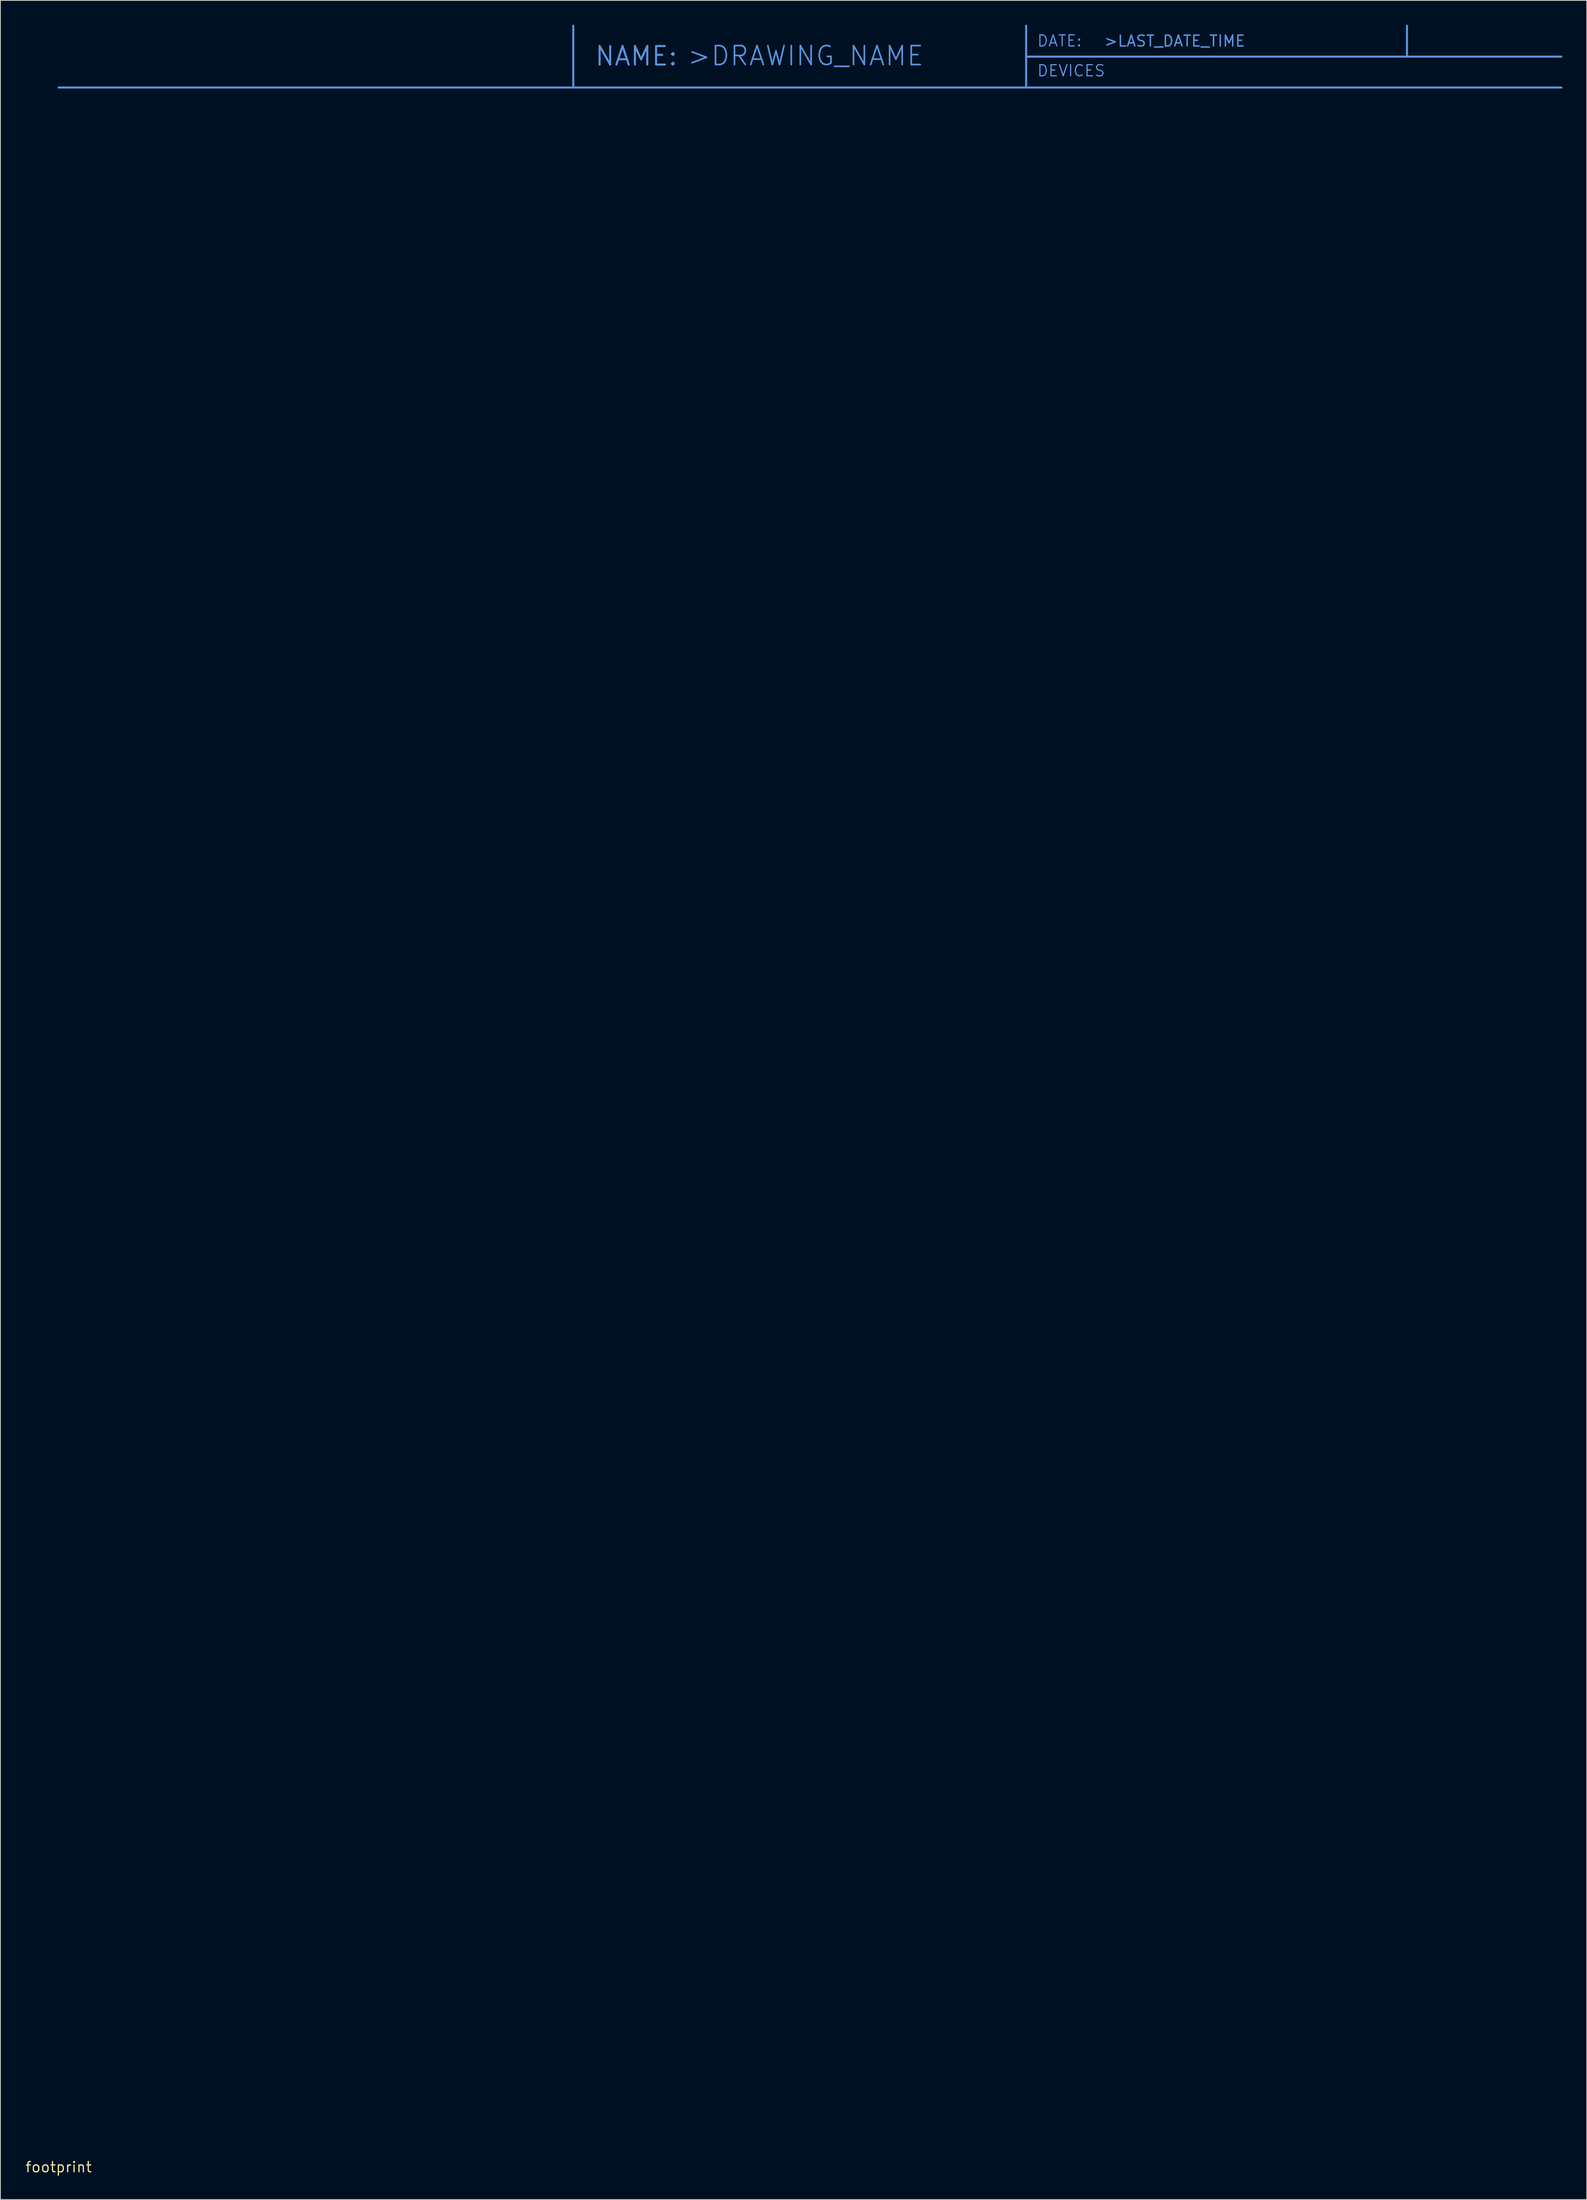
<source format=kicad_pcb>
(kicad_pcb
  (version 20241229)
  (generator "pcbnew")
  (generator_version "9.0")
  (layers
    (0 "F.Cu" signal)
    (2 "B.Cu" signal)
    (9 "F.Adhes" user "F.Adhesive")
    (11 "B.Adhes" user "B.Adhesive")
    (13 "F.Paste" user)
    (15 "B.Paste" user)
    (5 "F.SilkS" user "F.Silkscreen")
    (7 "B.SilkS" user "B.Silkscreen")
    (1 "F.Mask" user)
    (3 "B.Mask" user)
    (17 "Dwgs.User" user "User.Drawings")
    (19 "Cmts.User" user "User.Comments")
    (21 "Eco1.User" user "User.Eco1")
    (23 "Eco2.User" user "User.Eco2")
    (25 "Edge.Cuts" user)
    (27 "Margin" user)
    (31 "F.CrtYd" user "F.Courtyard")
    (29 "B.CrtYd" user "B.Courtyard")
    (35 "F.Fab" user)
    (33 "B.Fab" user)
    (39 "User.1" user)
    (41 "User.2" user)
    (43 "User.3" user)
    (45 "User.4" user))
  (footprint "footprint"
    (layer "F.Cu")
    (at 4.18 264.287)
    (property "Reference" "footprint" (at 0 0 0) (layer "F.SilkS") (effects (font (size 1.27 1.27) (thickness 0.15))))
    (fp_line (start 0 -256.54) (end 63.5 -256.54) (stroke (width 0.254) (type solid)) (layer "Cmts.User"))
    (fp_line (start 63.5 -256.54) (end 63.5 -264.16) (stroke (width 0.254) (type solid)) (layer "Cmts.User"))
    (fp_line (start 119.38 -264.16) (end 119.38 -260.35) (stroke (width 0.254) (type solid)) (layer "Cmts.User"))
    (fp_line (start 119.38 -260.35) (end 119.38 -256.54) (stroke (width 0.254) (type solid)) (layer "Cmts.User"))
    (fp_line (start 119.38 -256.54) (end 63.5 -256.54) (stroke (width 0.254) (type solid)) (layer "Cmts.User"))
    (fp_line (start 166.37 -260.35) (end 119.38 -260.35) (stroke (width 0.254) (type solid)) (layer "Cmts.User"))
    (fp_line (start 166.37 -260.35) (end 166.37 -264.16) (stroke (width 0.254) (type solid)) (layer "Cmts.User"))
    (fp_line (start 185.42 -260.35) (end 166.37 -260.35) (stroke (width 0.254) (type solid)) (layer "Cmts.User"))
    (fp_line (start 185.42 -256.54) (end 119.38 -256.54) (stroke (width 0.254) (type solid)) (layer "Cmts.User"))
    (fp_text user ">LAST_DATE_TIME" (at 128.905 -261.493 0) (layer "Cmts.User") (effects (font (size 1.341 1.341) (thickness 0.183)) (justify left bottom)))
    (fp_text user "DEVICES" (at 120.65 -257.81 0) (layer "Cmts.User") (effects (font (size 1.372 1.372) (thickness 0.152)) (justify left bottom)))
    (fp_text user "NAME:" (at 66.04 -259.08 0) (layer "Cmts.User") (effects (font (size 2.286 2.286) (thickness 0.254)) (justify left bottom)))
    (fp_text user ">DRAWING_NAME" (at 77.47 -259.08 0) (layer "Cmts.User") (effects (font (size 2.337 2.337) (thickness 0.203)) (justify left bottom)))
    (fp_text user "DATE:" (at 120.65 -261.493 0) (layer "Cmts.User") (effects (font (size 1.372 1.372) (thickness 0.152)) (justify left bottom))))
  (gr_rect
    (start -3 -3)
    (end 192.727 268.293)
    (stroke (width 0.1) (type default))
    (fill no)
    (layer "Edge.Cuts")))
</source>
